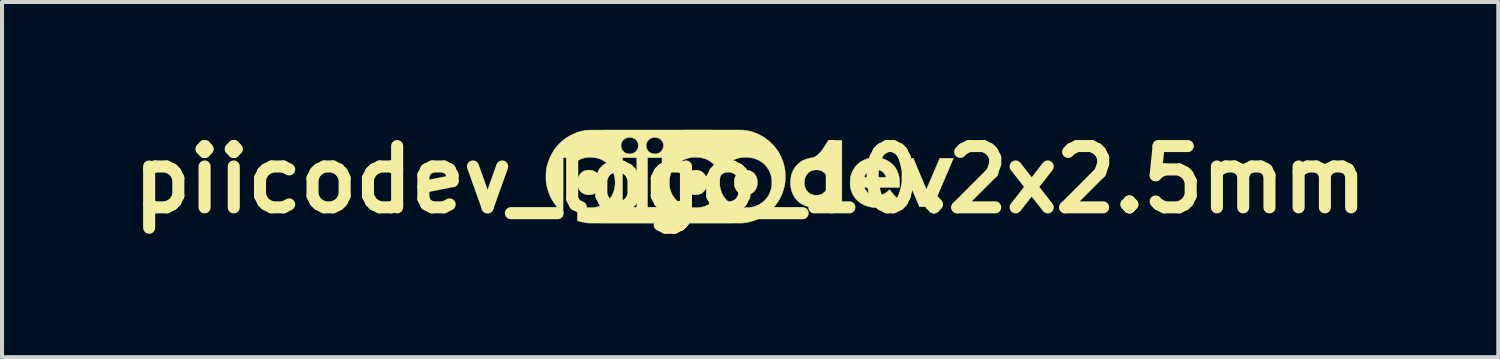
<source format=kicad_pcb>
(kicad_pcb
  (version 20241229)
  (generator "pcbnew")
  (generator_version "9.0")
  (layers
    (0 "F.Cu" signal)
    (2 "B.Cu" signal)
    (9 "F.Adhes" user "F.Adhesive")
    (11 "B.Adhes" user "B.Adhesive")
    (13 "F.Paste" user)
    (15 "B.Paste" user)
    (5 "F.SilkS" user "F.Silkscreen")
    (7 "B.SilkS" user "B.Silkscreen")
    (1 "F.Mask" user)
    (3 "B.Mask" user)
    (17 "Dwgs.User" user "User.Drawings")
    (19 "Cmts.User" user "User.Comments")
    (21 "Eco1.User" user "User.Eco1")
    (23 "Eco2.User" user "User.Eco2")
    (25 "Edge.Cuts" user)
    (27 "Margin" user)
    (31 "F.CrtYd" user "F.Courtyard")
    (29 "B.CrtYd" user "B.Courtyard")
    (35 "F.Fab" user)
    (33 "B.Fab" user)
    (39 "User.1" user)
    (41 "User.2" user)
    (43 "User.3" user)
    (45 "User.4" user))
  (footprint "piicodev_logo_10.2x2.5mm"
    (layer "F.Cu")
    (at 15.61 1.418)
    (property "Reference" "piicodev_logo_10.2x2.5mm" (at 0 0 0) (layer "F.SilkS") (effects (font (size 1.524 1.524) (thickness 0.3))))
    (attr through_hole)
    (fp_poly (pts (xy -3.959 -0.233) (xy -3.912 -0.222) (xy -3.869 -0.204) (xy -3.831 -0.18) (xy -3.798 -0.149) (xy -3.77 -0.113) (xy -3.749 -0.071) (xy -3.733 -0.024) (xy -3.724 0.028) (xy -3.722 0.047) (xy -3.723 0.101) (xy -3.73 0.152) (xy -3.744 0.2) (xy -3.764 0.243) (xy -3.79 0.281) (xy -3.822 0.314) (xy -3.846 0.332) (xy -3.885 0.353) (xy -3.928 0.368) (xy -3.975 0.376) (xy -4.023 0.378) (xy -4.048 0.376) (xy -4.096 0.367) (xy -4.14 0.351) (xy -4.179 0.328) (xy -4.214 0.299) (xy -4.243 0.263) (xy -4.266 0.222) (xy -4.284 0.176) (xy -4.295 0.126) (xy -4.297 0.112) (xy -4.299 0.057) (xy -4.293 0.004) (xy -4.28 -0.048) (xy -4.264 -0.085) (xy -4.253 -0.107) (xy -4.242 -0.124) (xy -4.228 -0.141) (xy -4.213 -0.157) (xy -4.177 -0.188) (xy -4.138 -0.211) (xy -4.095 -0.226) (xy -4.048 -0.235) (xy -4.01 -0.237) (xy -3.959 -0.233)) (stroke (width 0.01) (type solid)) (fill yes) (layer "F.SilkS"))
    (fp_poly (pts (xy -0.082 -0.236) (xy -0.045 -0.232) (xy -0.012 -0.223) (xy 0.021 -0.209) (xy 0.062 -0.185) (xy 0.097 -0.155) (xy 0.127 -0.119) (xy 0.151 -0.077) (xy 0.168 -0.029) (xy 0.17 -0.023) (xy 0.176 0.006) (xy 0.179 0.041) (xy 0.179 0.078) (xy 0.178 0.114) (xy 0.173 0.147) (xy 0.17 0.163) (xy 0.153 0.212) (xy 0.13 0.255) (xy 0.101 0.292) (xy 0.067 0.323) (xy 0.028 0.347) (xy -0.015 0.365) (xy -0.063 0.375) (xy -0.114 0.378) (xy -0.147 0.377) (xy -0.193 0.368) (xy -0.236 0.352) (xy -0.276 0.329) (xy -0.311 0.3) (xy -0.34 0.265) (xy -0.359 0.234) (xy -0.373 0.204) (xy -0.383 0.177) (xy -0.39 0.148) (xy -0.394 0.117) (xy -0.395 0.081) (xy -0.395 0.072) (xy -0.395 0.036) (xy -0.392 0.007) (xy -0.388 -0.019) (xy -0.381 -0.044) (xy -0.37 -0.07) (xy -0.365 -0.082) (xy -0.341 -0.124) (xy -0.311 -0.159) (xy -0.277 -0.188) (xy -0.237 -0.211) (xy -0.192 -0.226) (xy -0.143 -0.235) (xy -0.123 -0.236) (xy -0.082 -0.236)) (stroke (width 0.01) (type solid)) (fill yes) (layer "F.SilkS"))
    (fp_poly (pts (xy 5.023 -0.452) (xy 5.017 -0.438) (xy 5.008 -0.417) (xy 4.996 -0.389) (xy 4.982 -0.355) (xy 4.965 -0.315) (xy 4.946 -0.271) (xy 4.925 -0.221) (xy 4.902 -0.168) (xy 4.878 -0.112) (xy 4.852 -0.052) (xy 4.826 0.009) (xy 4.799 0.073) (xy 4.771 0.137) (xy 4.764 0.153) (xy 4.54 0.677) (xy 4.377 0.677) (xy 4.214 0.677) (xy 3.967 0.099) (xy 3.938 0.032) (xy 3.91 -0.033) (xy 3.883 -0.096) (xy 3.857 -0.156) (xy 3.833 -0.213) (xy 3.81 -0.266) (xy 3.789 -0.316) (xy 3.77 -0.36) (xy 3.753 -0.4) (xy 3.739 -0.434) (xy 3.727 -0.462) (xy 3.717 -0.484) (xy 3.711 -0.499) (xy 3.708 -0.506) (xy 3.708 -0.507) (xy 3.696 -0.533) (xy 3.877 -0.533) (xy 4.058 -0.533) (xy 4.22 -0.143) (xy 4.243 -0.089) (xy 4.265 -0.037) (xy 4.286 0.012) (xy 4.305 0.058) (xy 4.323 0.1) (xy 4.339 0.138) (xy 4.353 0.171) (xy 4.364 0.198) (xy 4.374 0.219) (xy 4.38 0.234) (xy 4.384 0.242) (xy 4.385 0.243) (xy 4.386 0.239) (xy 4.391 0.227) (xy 4.399 0.209) (xy 4.41 0.184) (xy 4.423 0.154) (xy 4.438 0.119) (xy 4.455 0.079) (xy 4.474 0.035) (xy 4.494 -0.012) (xy 4.516 -0.063) (xy 4.539 -0.116) (xy 4.552 -0.146) (xy 4.718 -0.531) (xy 4.888 -0.532) (xy 5.058 -0.533) (xy 5.023 -0.452)) (stroke (width 0.01) (type solid)) (fill yes) (layer "F.SilkS"))
    (fp_poly (pts (xy 2.282 0.677) (xy 1.952 0.677) (xy 1.952 0.588) (xy 1.926 0.606) (xy 1.88 0.633) (xy 1.829 0.656) (xy 1.774 0.674) (xy 1.718 0.687) (xy 1.7 0.69) (xy 1.683 0.691) (xy 1.66 0.693) (xy 1.633 0.693) (xy 1.605 0.694) (xy 1.578 0.693) (xy 1.554 0.693) (xy 1.537 0.691) (xy 1.469 0.68) (xy 1.404 0.662) (xy 1.342 0.637) (xy 1.283 0.606) (xy 1.228 0.569) (xy 1.179 0.527) (xy 1.136 0.479) (xy 1.114 0.45) (xy 1.078 0.391) (xy 1.05 0.33) (xy 1.028 0.267) (xy 1.013 0.2) (xy 1.006 0.129) (xy 1.004 0.058) (xy 1.348 0.058) (xy 1.349 0.109) (xy 1.357 0.16) (xy 1.371 0.207) (xy 1.392 0.25) (xy 1.402 0.265) (xy 1.416 0.284) (xy 1.432 0.301) (xy 1.438 0.308) (xy 1.456 0.325) (xy 1.473 0.338) (xy 1.492 0.349) (xy 1.508 0.357) (xy 1.527 0.366) (xy 1.547 0.373) (xy 1.564 0.379) (xy 1.571 0.381) (xy 1.585 0.384) (xy 1.597 0.386) (xy 1.602 0.387) (xy 1.613 0.388) (xy 1.631 0.388) (xy 1.652 0.388) (xy 1.675 0.386) (xy 1.697 0.384) (xy 1.716 0.382) (xy 1.729 0.379) (xy 1.768 0.366) (xy 1.803 0.348) (xy 1.836 0.323) (xy 1.855 0.305) (xy 1.873 0.287) (xy 1.886 0.271) (xy 1.896 0.255) (xy 1.906 0.238) (xy 1.908 0.233) (xy 1.917 0.213) (xy 1.925 0.193) (xy 1.931 0.176) (xy 1.933 0.171) (xy 1.937 0.15) (xy 1.94 0.123) (xy 1.942 0.093) (xy 1.942 0.062) (xy 1.941 0.034) (xy 1.939 0.01) (xy 1.939 0.009) (xy 1.927 -0.041) (xy 1.908 -0.087) (xy 1.884 -0.128) (xy 1.853 -0.163) (xy 1.817 -0.192) (xy 1.776 -0.216) (xy 1.731 -0.232) (xy 1.682 -0.241) (xy 1.682 -0.241) (xy 1.628 -0.242) (xy 1.577 -0.236) (xy 1.528 -0.221) (xy 1.501 -0.209) (xy 1.475 -0.193) (xy 1.448 -0.17) (xy 1.423 -0.145) (xy 1.4 -0.117) (xy 1.384 -0.09) (xy 1.383 -0.089) (xy 1.365 -0.042) (xy 1.353 0.007) (xy 1.348 0.058) (xy 1.004 0.058) (xy 1.004 0.054) (xy 1.005 0.045) (xy 1.01 -0.027) (xy 1.021 -0.093) (xy 1.038 -0.154) (xy 1.062 -0.213) (xy 1.092 -0.269) (xy 1.108 -0.293) (xy 1.148 -0.347) (xy 1.195 -0.394) (xy 1.247 -0.436) (xy 1.306 -0.472) (xy 1.369 -0.501) (xy 1.437 -0.524) (xy 1.477 -0.534) (xy 1.494 -0.537) (xy 1.51 -0.54) (xy 1.526 -0.542) (xy 1.545 -0.543) (xy 1.569 -0.543) (xy 1.598 -0.544) (xy 1.611 -0.544) (xy 1.643 -0.544) (xy 1.668 -0.543) (xy 1.688 -0.542) (xy 1.705 -0.541) (xy 1.72 -0.539) (xy 1.735 -0.536) (xy 1.74 -0.535) (xy 1.806 -0.516) (xy 1.868 -0.49) (xy 1.927 -0.456) (xy 1.927 -0.456) (xy 1.939 -0.448) (xy 1.939 -0.978) (xy 2.282 -0.978) (xy 2.282 0.677)) (stroke (width 0.01) (type solid)) (fill yes) (layer "F.SilkS"))
    (fp_poly (pts (xy 3.142 -0.543) (xy 3.168 -0.543) (xy 3.189 -0.542) (xy 3.206 -0.541) (xy 3.221 -0.539) (xy 3.237 -0.536) (xy 3.246 -0.534) (xy 3.316 -0.515) (xy 3.382 -0.489) (xy 3.442 -0.457) (xy 3.497 -0.418) (xy 3.547 -0.374) (xy 3.591 -0.325) (xy 3.628 -0.27) (xy 3.66 -0.211) (xy 3.685 -0.147) (xy 3.703 -0.079) (xy 3.715 -0.007) (xy 3.719 0.068) (xy 3.717 0.146) (xy 3.714 0.173) (xy 3.712 0.195) (xy 2.84 0.195) (xy 2.843 0.204) (xy 2.852 0.225) (xy 2.866 0.249) (xy 2.884 0.274) (xy 2.904 0.297) (xy 2.908 0.301) (xy 2.943 0.331) (xy 2.982 0.354) (xy 3.024 0.372) (xy 3.072 0.383) (xy 3.125 0.389) (xy 3.156 0.389) (xy 3.21 0.387) (xy 3.259 0.38) (xy 3.303 0.367) (xy 3.344 0.348) (xy 3.384 0.322) (xy 3.424 0.29) (xy 3.432 0.282) (xy 3.466 0.25) (xy 3.559 0.358) (xy 3.581 0.383) (xy 3.601 0.407) (xy 3.619 0.429) (xy 3.634 0.447) (xy 3.645 0.46) (xy 3.651 0.469) (xy 3.653 0.471) (xy 3.65 0.477) (xy 3.643 0.486) (xy 3.631 0.499) (xy 3.617 0.515) (xy 3.61 0.522) (xy 3.562 0.565) (xy 3.511 0.602) (xy 3.455 0.632) (xy 3.395 0.657) (xy 3.33 0.675) (xy 3.258 0.688) (xy 3.256 0.688) (xy 3.23 0.691) (xy 3.198 0.692) (xy 3.163 0.693) (xy 3.127 0.693) (xy 3.093 0.693) (xy 3.063 0.691) (xy 3.049 0.69) (xy 2.974 0.677) (xy 2.902 0.657) (xy 2.834 0.631) (xy 2.771 0.597) (xy 2.713 0.557) (xy 2.66 0.511) (xy 2.658 0.509) (xy 2.612 0.457) (xy 2.574 0.403) (xy 2.543 0.345) (xy 2.518 0.281) (xy 2.517 0.278) (xy 2.506 0.241) (xy 2.498 0.207) (xy 2.492 0.174) (xy 2.489 0.138) (xy 2.487 0.097) (xy 2.487 0.072) (xy 2.488 0.028) (xy 2.49 -0.01) (xy 2.494 -0.045) (xy 2.497 -0.059) (xy 2.836 -0.059) (xy 3.382 -0.059) (xy 3.376 -0.077) (xy 3.357 -0.119) (xy 3.331 -0.156) (xy 3.3 -0.189) (xy 3.263 -0.215) (xy 3.222 -0.235) (xy 3.177 -0.248) (xy 3.129 -0.255) (xy 3.079 -0.254) (xy 3.073 -0.254) (xy 3.024 -0.245) (xy 2.98 -0.229) (xy 2.939 -0.205) (xy 2.903 -0.174) (xy 2.895 -0.166) (xy 2.879 -0.146) (xy 2.863 -0.122) (xy 2.85 -0.097) (xy 2.84 -0.075) (xy 2.838 -0.069) (xy 2.836 -0.059) (xy 2.497 -0.059) (xy 2.501 -0.078) (xy 2.51 -0.113) (xy 2.517 -0.134) (xy 2.543 -0.201) (xy 2.576 -0.263) (xy 2.615 -0.319) (xy 2.66 -0.37) (xy 2.711 -0.415) (xy 2.768 -0.454) (xy 2.83 -0.487) (xy 2.898 -0.514) (xy 2.971 -0.534) (xy 2.974 -0.534) (xy 2.989 -0.538) (xy 3.004 -0.54) (xy 3.02 -0.542) (xy 3.038 -0.543) (xy 3.06 -0.543) (xy 3.088 -0.544) (xy 3.109 -0.544) (xy 3.142 -0.543)) (stroke (width 0.01) (type solid)) (fill yes) (layer "F.SilkS"))
    (fp_poly (pts (xy -1.143 -1.236) (xy -1.033 -1.236) (xy -0.93 -1.235) (xy -0.835 -1.235) (xy -0.746 -1.235) (xy -0.664 -1.235) (xy -0.589 -1.235) (xy -0.521 -1.235) (xy -0.459 -1.235) (xy -0.404 -1.235) (xy -0.354 -1.234) (xy -0.311 -1.234) (xy -0.273 -1.234) (xy -0.242 -1.233) (xy -0.215 -1.233) (xy -0.195 -1.233) (xy -0.179 -1.232) (xy -0.169 -1.232) (xy -0.165 -1.232) (xy -0.07 -1.218) (xy 0.023 -1.197) (xy 0.114 -1.168) (xy 0.202 -1.131) (xy 0.287 -1.087) (xy 0.368 -1.037) (xy 0.444 -0.98) (xy 0.516 -0.918) (xy 0.582 -0.849) (xy 0.643 -0.775) (xy 0.698 -0.696) (xy 0.746 -0.612) (xy 0.748 -0.607) (xy 0.785 -0.529) (xy 0.815 -0.451) (xy 0.839 -0.371) (xy 0.858 -0.288) (xy 0.866 -0.235) (xy 0.87 -0.208) (xy 0.872 -0.175) (xy 0.873 -0.137) (xy 0.874 -0.096) (xy 0.874 -0.055) (xy 0.873 -0.015) (xy 0.872 0.023) (xy 0.87 0.055) (xy 0.867 0.082) (xy 0.867 0.082) (xy 0.848 0.179) (xy 0.823 0.272) (xy 0.791 0.361) (xy 0.752 0.446) (xy 0.706 0.528) (xy 0.679 0.569) (xy 0.62 0.65) (xy 0.556 0.724) (xy 0.486 0.792) (xy 0.411 0.853) (xy 0.331 0.908) (xy 0.247 0.956) (xy 0.159 0.996) (xy 0.067 1.029) (xy -0.028 1.055) (xy -0.126 1.073) (xy -0.177 1.079) (xy -0.184 1.08) (xy -0.2 1.08) (xy -0.223 1.08) (xy -0.254 1.081) (xy -0.292 1.081) (xy -0.336 1.081) (xy -0.387 1.081) (xy -0.445 1.081) (xy -0.508 1.082) (xy -0.576 1.082) (xy -0.65 1.082) (xy -0.729 1.082) (xy -0.812 1.082) (xy -0.899 1.082) (xy -0.99 1.083) (xy -1.085 1.083) (xy -1.182 1.083) (xy -1.283 1.083) (xy -1.386 1.083) (xy -1.491 1.083) (xy -1.598 1.083) (xy -1.707 1.083) (xy -1.817 1.083) (xy -1.928 1.083) (xy -2.039 1.083) (xy -2.15 1.083) (xy -2.261 1.083) (xy -2.372 1.083) (xy -2.482 1.083) (xy -2.591 1.083) (xy -2.699 1.083) (xy -2.804 1.083) (xy -2.908 1.083) (xy -3.009 1.083) (xy -3.107 1.083) (xy -3.202 1.083) (xy -3.294 1.082) (xy -3.382 1.082) (xy -3.466 1.082) (xy -3.545 1.082) (xy -3.62 1.082) (xy -3.689 1.082) (xy -3.753 1.081) (xy -3.812 1.081) (xy -3.864 1.081) (xy -3.91 1.081) (xy -3.949 1.08) (xy -3.981 1.08) (xy -4.006 1.08) (xy -4.023 1.08) (xy -4.032 1.079) (xy -4.032 1.079) (xy -4.065 1.075) (xy -4.101 1.069) (xy -4.14 1.062) (xy -4.178 1.054) (xy -4.214 1.046) (xy -4.247 1.037) (xy -4.274 1.029) (xy -4.285 1.025) (xy -4.297 1.02) (xy -4.297 0.815) (xy -4.297 0.774) (xy -4.297 0.736) (xy -4.296 0.702) (xy -4.296 0.671) (xy -4.295 0.646) (xy -4.295 0.627) (xy -4.294 0.615) (xy -4.294 0.61) (xy -4.294 0.61) (xy -4.289 0.612) (xy -4.279 0.617) (xy -4.265 0.625) (xy -4.259 0.629) (xy -4.21 0.654) (xy -4.155 0.674) (xy -4.096 0.689) (xy -4.061 0.695) (xy -4.035 0.697) (xy -4.003 0.698) (xy -3.967 0.698) (xy -3.931 0.697) (xy -3.896 0.694) (xy -3.864 0.691) (xy -3.839 0.687) (xy -3.836 0.686) (xy -3.765 0.667) (xy -3.699 0.64) (xy -3.637 0.607) (xy -3.581 0.568) (xy -3.531 0.522) (xy -3.486 0.471) (xy -3.447 0.414) (xy -3.426 0.375) (xy -3.399 0.312) (xy -3.379 0.246) (xy -3.366 0.177) (xy -3.359 0.106) (xy -3.359 0.035) (xy -3.366 -0.036) (xy -3.379 -0.105) (xy -3.399 -0.17) (xy -3.425 -0.232) (xy -3.426 -0.233) (xy -3.45 -0.276) (xy -3.476 -0.316) (xy -3.508 -0.354) (xy -3.527 -0.375) (xy -3.578 -0.422) (xy -3.633 -0.462) (xy -3.692 -0.495) (xy -3.756 -0.521) (xy -3.824 -0.54) (xy -3.862 -0.546) (xy -3.175 -0.546) (xy -3.175 0.686) (xy -2.819 0.686) (xy -2.819 -0.546) (xy -2.553 -0.546) (xy -2.553 0.686) (xy -2.193 0.686) (xy -2.193 0.035) (xy -2.01 0.035) (xy -2.01 0.059) (xy -2.01 0.09) (xy -2.01 0.091) (xy -2.008 0.128) (xy -2.006 0.158) (xy -2.003 0.184) (xy -1.999 0.209) (xy -1.992 0.235) (xy -1.984 0.264) (xy -1.98 0.275) (xy -1.956 0.34) (xy -1.924 0.4) (xy -1.885 0.456) (xy -1.84 0.507) (xy -1.789 0.553) (xy -1.733 0.594) (xy -1.672 0.628) (xy -1.607 0.656) (xy -1.539 0.677) (xy -1.5 0.685) (xy -1.478 0.689) (xy -1.461 0.692) (xy -1.447 0.695) (xy -1.433 0.696) (xy -1.419 0.697) (xy -1.402 0.697) (xy -1.38 0.697) (xy -1.353 0.697) (xy -1.34 0.696) (xy -1.304 0.696) (xy -1.276 0.694) (xy -1.252 0.693) (xy -1.232 0.69) (xy -1.214 0.687) (xy -1.21 0.686) (xy -1.141 0.668) (xy -1.076 0.643) (xy -1.017 0.612) (xy -0.964 0.574) (xy -0.916 0.53) (xy -0.873 0.48) (xy -0.837 0.423) (xy -0.829 0.409) (xy -0.821 0.393) (xy -0.815 0.38) (xy -0.812 0.371) (xy -0.812 0.368) (xy -0.817 0.365) (xy -0.828 0.358) (xy -0.844 0.348) (xy -0.865 0.336) (xy -0.889 0.322) (xy -0.915 0.306) (xy -0.942 0.291) (xy -0.97 0.275) (xy -0.997 0.259) (xy -1.022 0.245) (xy -1.044 0.232) (xy -1.063 0.222) (xy -1.077 0.214) (xy -1.086 0.209) (xy -1.088 0.208) (xy -1.092 0.212) (xy -1.099 0.222) (xy -1.108 0.235) (xy -1.117 0.248) (xy -1.144 0.284) (xy -1.173 0.313) (xy -1.205 0.337) (xy -1.223 0.347) (xy -1.265 0.365) (xy -1.309 0.375) (xy -1.355 0.378) (xy -1.39 0.376) (xy -1.441 0.368) (xy -1.486 0.352) (xy -1.527 0.33) (xy -1.563 0.3) (xy -1.593 0.265) (xy -1.618 0.223) (xy -1.635 0.182) (xy -1.64 0.166) (xy -1.644 0.154) (xy -1.646 0.142) (xy -1.648 0.129) (xy -1.648 0.112) (xy -1.649 0.091) (xy -1.649 0.074) (xy -1.649 0.07) (xy -0.755 0.07) (xy -0.755 0.102) (xy -0.755 0.127) (xy -0.754 0.147) (xy -0.752 0.164) (xy -0.75 0.18) (xy -0.747 0.196) (xy -0.746 0.203) (xy -0.726 0.276) (xy -0.7 0.344) (xy -0.667 0.406) (xy -0.627 0.463) (xy -0.581 0.515) (xy -0.529 0.562) (xy -0.489 0.59) (xy -0.429 0.626) (xy -0.366 0.654) (xy -0.298 0.676) (xy -0.225 0.691) (xy -0.22 0.692) (xy -0.195 0.695) (xy -0.163 0.697) (xy -0.127 0.697) (xy -0.089 0.697) (xy -0.051 0.695) (xy -0.016 0.693) (xy 0.016 0.689) (xy 0.035 0.686) (xy 0.107 0.668) (xy 0.173 0.644) (xy 0.234 0.614) (xy 0.29 0.577) (xy 0.343 0.533) (xy 0.362 0.515) (xy 0.406 0.466) (xy 0.443 0.417) (xy 0.473 0.365) (xy 0.498 0.308) (xy 0.508 0.28) (xy 0.52 0.242) (xy 0.528 0.207) (xy 0.534 0.172) (xy 0.537 0.136) (xy 0.539 0.095) (xy 0.539 0.07) (xy 0.538 0.011) (xy 0.532 -0.043) (xy 0.522 -0.092) (xy 0.508 -0.14) (xy 0.489 -0.188) (xy 0.481 -0.206) (xy 0.446 -0.269) (xy 0.405 -0.327) (xy 0.358 -0.378) (xy 0.305 -0.424) (xy 0.247 -0.463) (xy 0.183 -0.496) (xy 0.128 -0.518) (xy 0.059 -0.538) (xy -0.014 -0.55) (xy -0.088 -0.556) (xy -0.163 -0.554) (xy -0.237 -0.546) (xy -0.309 -0.53) (xy -0.341 -0.52) (xy -0.396 -0.499) (xy -0.451 -0.471) (xy -0.504 -0.437) (xy -0.552 -0.4) (xy -0.594 -0.36) (xy -0.595 -0.359) (xy -0.639 -0.305) (xy -0.677 -0.246) (xy -0.708 -0.183) (xy -0.732 -0.115) (xy -0.746 -0.062) (xy -0.749 -0.046) (xy -0.752 -0.03) (xy -0.753 -0.014) (xy -0.754 0.006) (xy -0.755 0.029) (xy -0.755 0.059) (xy -0.755 0.07) (xy -1.649 0.07) (xy -1.648 0.04) (xy -1.647 0.012) (xy -1.643 -0.011) (xy -1.638 -0.033) (xy -1.63 -0.054) (xy -1.62 -0.078) (xy -1.619 -0.08) (xy -1.595 -0.121) (xy -1.565 -0.157) (xy -1.53 -0.186) (xy -1.49 -0.209) (xy -1.446 -0.225) (xy -1.397 -0.234) (xy -1.345 -0.236) (xy -1.34 -0.236) (xy -1.291 -0.23) (xy -1.247 -0.218) (xy -1.207 -0.198) (xy -1.17 -0.17) (xy -1.137 -0.135) (xy -1.113 -0.102) (xy -1.103 -0.087) (xy -1.095 -0.076) (xy -1.089 -0.069) (xy -1.087 -0.068) (xy -1.082 -0.07) (xy -1.072 -0.076) (xy -1.056 -0.084) (xy -1.036 -0.096) (xy -1.012 -0.109) (xy -0.986 -0.124) (xy -0.959 -0.14) (xy -0.932 -0.156) (xy -0.905 -0.171) (xy -0.88 -0.186) (xy -0.857 -0.199) (xy -0.838 -0.21) (xy -0.824 -0.219) (xy -0.816 -0.224) (xy -0.814 -0.225) (xy -0.812 -0.23) (xy -0.814 -0.238) (xy -0.82 -0.251) (xy -0.824 -0.26) (xy -0.855 -0.313) (xy -0.892 -0.363) (xy -0.935 -0.408) (xy -0.978 -0.444) (xy -1.031 -0.479) (xy -1.089 -0.507) (xy -1.15 -0.528) (xy -1.215 -0.544) (xy -1.282 -0.554) (xy -1.351 -0.557) (xy -1.42 -0.554) (xy -1.488 -0.545) (xy -1.555 -0.53) (xy -1.62 -0.508) (xy -1.682 -0.48) (xy -1.739 -0.447) (xy -1.798 -0.404) (xy -1.849 -0.355) (xy -1.894 -0.302) (xy -1.932 -0.244) (xy -1.963 -0.182) (xy -1.986 -0.115) (xy -2.003 -0.043) (xy -2.003 -0.042) (xy -2.006 -0.021) (xy -2.008 -0.003) (xy -2.01 0.015) (xy -2.01 0.035) (xy -2.193 0.035) (xy -2.193 -0.546) (xy -2.553 -0.546) (xy -2.819 -0.546) (xy -3.175 -0.546) (xy -3.862 -0.546) (xy -3.897 -0.552) (xy -3.927 -0.555) (xy -3.999 -0.556) (xy -4.068 -0.551) (xy -4.134 -0.538) (xy -4.196 -0.518) (xy -4.255 -0.491) (xy -4.274 -0.48) (xy -4.288 -0.472) (xy -4.3 -0.465) (xy -4.306 -0.462) (xy -4.307 -0.461) (xy -4.308 -0.465) (xy -4.309 -0.476) (xy -4.309 -0.491) (xy -4.31 -0.504) (xy -4.31 -0.546) (xy -4.652 -0.546) (xy -4.652 0.138) (xy -4.652 0.228) (xy -4.653 0.312) (xy -4.653 0.391) (xy -4.653 0.465) (xy -4.653 0.532) (xy -4.653 0.592) (xy -4.654 0.647) (xy -4.654 0.694) (xy -4.654 0.734) (xy -4.655 0.767) (xy -4.655 0.793) (xy -4.656 0.81) (xy -4.656 0.82) (xy -4.656 0.821) (xy -4.661 0.818) (xy -4.671 0.81) (xy -4.684 0.798) (xy -4.701 0.782) (xy -4.719 0.764) (xy -4.739 0.745) (xy -4.758 0.725) (xy -4.777 0.706) (xy -4.794 0.688) (xy -4.807 0.672) (xy -4.814 0.665) (xy -4.859 0.607) (xy -4.901 0.545) (xy -4.94 0.479) (xy -4.974 0.413) (xy -4.979 0.401) (xy -5.005 0.337) (xy -5.029 0.267) (xy -5.049 0.194) (xy -5.064 0.122) (xy -5.075 0.052) (xy -5.076 0.041) (xy -5.078 0.015) (xy -5.079 -0.018) (xy -5.079 -0.054) (xy -5.079 -0.093) (xy -5.078 -0.132) (xy -5.077 -0.17) (xy -5.074 -0.204) (xy -5.072 -0.234) (xy -5.07 -0.25) (xy -5.05 -0.348) (xy -5.022 -0.443) (xy -4.987 -0.536) (xy -4.943 -0.626) (xy -4.893 -0.712) (xy -4.835 -0.793) (xy -4.833 -0.795) (xy -4.809 -0.824) (xy -4.802 -0.832) (xy -3.212 -0.832) (xy -3.206 -0.794) (xy -3.193 -0.759) (xy -3.173 -0.726) (xy -3.148 -0.697) (xy -3.117 -0.673) (xy -3.081 -0.654) (xy -3.056 -0.646) (xy -3.033 -0.642) (xy -3.005 -0.64) (xy -2.976 -0.64) (xy -2.949 -0.643) (xy -2.936 -0.646) (xy -2.902 -0.658) (xy -2.871 -0.676) (xy -2.842 -0.701) (xy -2.816 -0.732) (xy -2.797 -0.766) (xy -2.785 -0.804) (xy -2.781 -0.846) (xy -2.781 -0.848) (xy -2.586 -0.848) (xy -2.586 -0.821) (xy -2.582 -0.798) (xy -2.582 -0.796) (xy -2.57 -0.761) (xy -2.55 -0.729) (xy -2.525 -0.699) (xy -2.494 -0.675) (xy -2.459 -0.656) (xy -2.431 -0.646) (xy -2.41 -0.642) (xy -2.384 -0.64) (xy -2.356 -0.64) (xy -2.33 -0.643) (xy -2.313 -0.646) (xy -2.273 -0.66) (xy -2.239 -0.681) (xy -2.221 -0.696) (xy -2.193 -0.728) (xy -2.173 -0.763) (xy -2.161 -0.802) (xy -2.156 -0.834) (xy -2.157 -0.875) (xy -2.165 -0.912) (xy -2.181 -0.947) (xy -2.205 -0.979) (xy -2.216 -0.99) (xy -2.249 -1.016) (xy -2.286 -1.035) (xy -2.327 -1.046) (xy -2.371 -1.05) (xy -2.413 -1.046) (xy -2.453 -1.035) (xy -2.489 -1.017) (xy -2.521 -0.993) (xy -2.548 -0.964) (xy -2.568 -0.93) (xy -2.581 -0.895) (xy -2.585 -0.874) (xy -2.586 -0.848) (xy -2.781 -0.848) (xy -2.781 -0.849) (xy -2.785 -0.89) (xy -2.796 -0.927) (xy -2.815 -0.961) (xy -2.839 -0.99) (xy -2.869 -1.014) (xy -2.903 -1.032) (xy -2.942 -1.044) (xy -2.985 -1.05) (xy -2.995 -1.05) (xy -3.038 -1.046) (xy -3.078 -1.035) (xy -3.114 -1.017) (xy -3.146 -0.994) (xy -3.172 -0.965) (xy -3.193 -0.931) (xy -3.201 -0.911) (xy -3.21 -0.871) (xy -3.212 -0.832) (xy -4.802 -0.832) (xy -4.781 -0.856) (xy -4.749 -0.889) (xy -4.715 -0.922) (xy -4.683 -0.953) (xy -4.652 -0.979) (xy -4.639 -0.989) (xy -4.574 -1.037) (xy -4.504 -1.08) (xy -4.431 -1.12) (xy -4.357 -1.153) (xy -4.314 -1.17) (xy -4.275 -1.183) (xy -4.23 -1.196) (xy -4.183 -1.208) (xy -4.136 -1.218) (xy -4.094 -1.226) (xy -4.09 -1.227) (xy -4.085 -1.228) (xy -4.08 -1.228) (xy -4.074 -1.229) (xy -4.067 -1.229) (xy -4.058 -1.229) (xy -4.048 -1.23) (xy -4.035 -1.23) (xy -4.02 -1.231) (xy -4.003 -1.231) (xy -3.984 -1.231) (xy -3.961 -1.232) (xy -3.936 -1.232) (xy -3.907 -1.232) (xy -3.874 -1.232) (xy -3.838 -1.233) (xy -3.797 -1.233) (xy -3.752 -1.233) (xy -3.703 -1.233) (xy -3.649 -1.233) (xy -3.59 -1.234) (xy -3.526 -1.234) (xy -3.456 -1.234) (xy -3.381 -1.234) (xy -3.3 -1.234) (xy -3.212 -1.234) (xy -3.119 -1.234) (xy -3.018 -1.235) (xy -2.911 -1.235) (xy -2.796 -1.235) (xy -2.675 -1.235) (xy -2.546 -1.235) (xy -2.408 -1.235) (xy -2.263 -1.235) (xy -2.131 -1.235) (xy -1.966 -1.235) (xy -1.809 -1.235) (xy -1.66 -1.235) (xy -1.519 -1.236) (xy -1.386 -1.236) (xy -1.261 -1.236) (xy -1.143 -1.236)) (stroke (width 0.01) (type solid)) (fill yes) (layer "F.SilkS")))
  (gr_rect
    (start -3 -3)
    (end 34.22 5.836)
    (stroke (width 0.1) (type default))
    (fill no)
    (layer "Edge.Cuts")))
</source>
